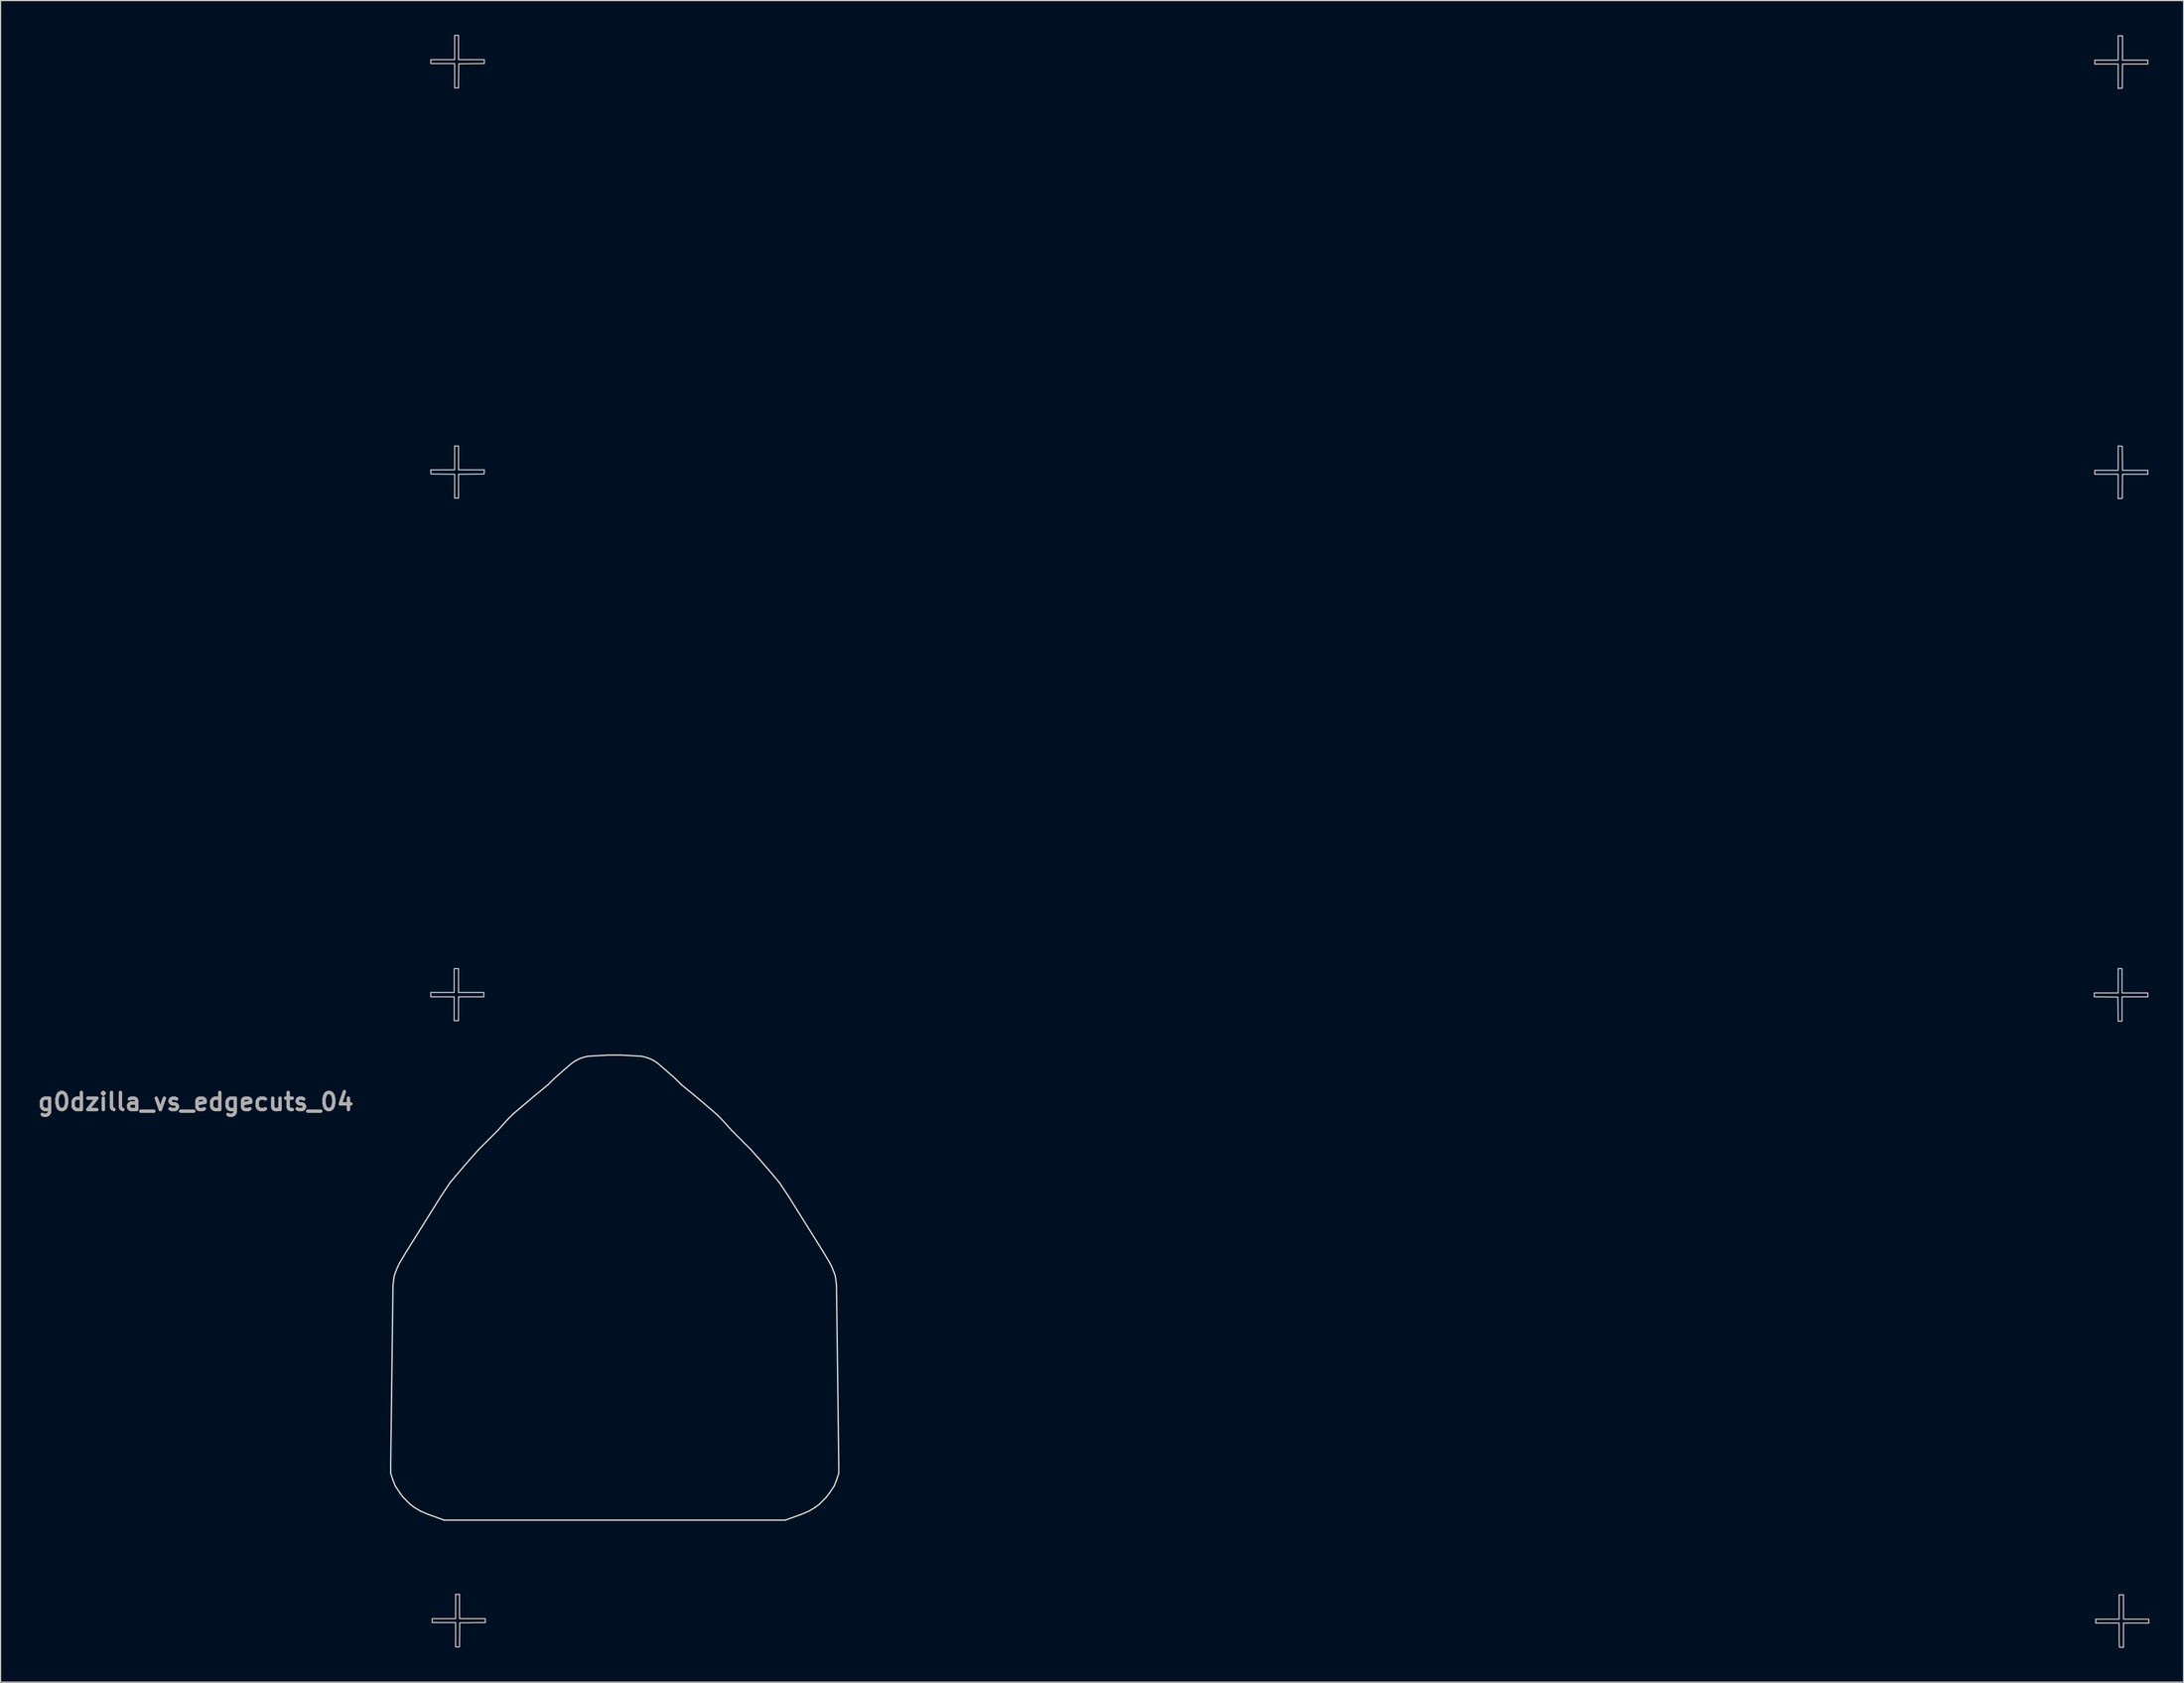
<source format=kicad_pcb>
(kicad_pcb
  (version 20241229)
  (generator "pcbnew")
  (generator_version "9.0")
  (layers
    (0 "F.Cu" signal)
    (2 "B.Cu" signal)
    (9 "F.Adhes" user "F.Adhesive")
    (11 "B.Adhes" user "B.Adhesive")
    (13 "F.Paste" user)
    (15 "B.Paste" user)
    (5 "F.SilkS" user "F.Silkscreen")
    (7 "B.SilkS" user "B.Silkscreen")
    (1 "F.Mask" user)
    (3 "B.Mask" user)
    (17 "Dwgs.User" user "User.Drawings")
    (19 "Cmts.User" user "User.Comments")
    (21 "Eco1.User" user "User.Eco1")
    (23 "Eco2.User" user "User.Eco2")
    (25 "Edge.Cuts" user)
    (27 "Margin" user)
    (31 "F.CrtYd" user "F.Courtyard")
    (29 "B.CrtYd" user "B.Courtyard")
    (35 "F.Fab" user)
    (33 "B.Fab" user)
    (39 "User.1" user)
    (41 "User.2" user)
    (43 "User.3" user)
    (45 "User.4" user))
  (footprint "g0dzilla_vs_edgecuts_04"
    (layer "F.Cu")
    (at 107.521 74.116)
    (property "Reference" "g0dzilla_vs_edgecuts_04" (at -93.4 19.5 0) (layer "F.Fab") (effects (font (size 1.5 1.5) (thickness 0.3))))
    (attr board_only exclude_from_pos_files exclude_from_bom)
    (fp_poly (pts (xy -70.352 -72.998) (xy -70.352 -71.931) (xy -69.22 -71.931) (xy -68.089 -71.931) (xy -68.089 -71.761) (xy -68.089 -71.591) (xy -69.21 -71.58) (xy -70.33 -71.568) (xy -70.342 -70.512) (xy -70.353 -69.455) (xy -70.523 -69.455) (xy -70.693 -69.455) (xy -70.693 -70.522) (xy -70.693 -71.59) (xy -71.739 -71.59) (xy -72.785 -71.59) (xy -72.785 -71.76) (xy -72.785 -71.931) (xy -71.739 -71.931) (xy -70.693 -71.931) (xy -70.693 -72.998) (xy -70.693 -74.066) (xy -70.522 -74.066) (xy -70.352 -74.066)) (stroke (width 0.1) (type solid)) (fill no) (layer "Dwgs.User"))
    (fp_poly (pts (xy -70.352 -36.99) (xy -70.352 -35.944) (xy -69.218 -35.944) (xy -68.084 -35.944) (xy -68.097 -35.763) (xy -68.11 -35.581) (xy -69.231 -35.57) (xy -70.352 -35.559) (xy -70.352 -34.513) (xy -70.352 -33.468) (xy -70.522 -33.468) (xy -70.693 -33.468) (xy -70.693 -34.513) (xy -70.693 -35.558) (xy -71.728 -35.57) (xy -72.764 -35.581) (xy -72.777 -35.763) (xy -72.79 -35.944) (xy -71.741 -35.944) (xy -70.693 -35.944) (xy -70.693 -36.99) (xy -70.693 -38.036) (xy -70.522 -38.036) (xy -70.352 -38.036)) (stroke (width 0.1) (type solid)) (fill no) (layer "Dwgs.User"))
    (fp_poly (pts (xy -70.352 8.858) (xy -70.352 9.904) (xy -69.242 9.904) (xy -68.132 9.904) (xy -68.132 10.096) (xy -68.132 10.288) (xy -69.242 10.288) (xy -70.352 10.288) (xy -70.352 11.334) (xy -70.352 12.38) (xy -70.544 12.38) (xy -70.736 12.38) (xy -70.736 11.334) (xy -70.736 10.288) (xy -71.76 10.288) (xy -72.785 10.288) (xy -72.785 10.096) (xy -72.785 9.904) (xy -71.76 9.904) (xy -70.736 9.904) (xy -70.736 8.858) (xy -70.736 7.812) (xy -70.544 7.812) (xy -70.352 7.812)) (stroke (width 0.1) (type solid)) (fill no) (layer "Dwgs.User"))
    (fp_poly (pts (xy -70.266 63.777) (xy -70.266 64.845) (xy -69.135 64.845) (xy -68.004 64.845) (xy -68.004 65.015) (xy -68.004 65.185) (xy -69.124 65.196) (xy -70.245 65.208) (xy -70.256 66.264) (xy -70.268 67.321) (xy -70.438 67.321) (xy -70.608 67.321) (xy -70.608 66.253) (xy -70.608 65.186) (xy -71.632 65.186) (xy -72.657 65.186) (xy -72.657 65.015) (xy -72.657 64.845) (xy -71.632 64.845) (xy -70.608 64.845) (xy -70.608 63.777) (xy -70.608 62.71) (xy -70.437 62.71) (xy -70.266 62.71)) (stroke (width 0.1) (type solid)) (fill no) (layer "Dwgs.User"))
    (fp_poly (pts (xy 75.4 -38.028) (xy 75.581 -38.015) (xy 75.592 -36.958) (xy 75.604 -35.902) (xy 76.713 -35.902) (xy 77.822 -35.902) (xy 77.822 -35.731) (xy 77.822 -35.56) (xy 76.713 -35.56) (xy 75.604 -35.56) (xy 75.592 -34.503) (xy 75.581 -33.447) (xy 75.4 -33.434) (xy 75.218 -33.421) (xy 75.218 -34.49) (xy 75.218 -35.56) (xy 74.194 -35.56) (xy 73.169 -35.56) (xy 73.169 -35.731) (xy 73.169 -35.902) (xy 74.194 -35.902) (xy 75.218 -35.902) (xy 75.218 -36.971) (xy 75.218 -38.041)) (stroke (width 0.1) (type solid)) (fill no) (layer "Dwgs.User"))
    (fp_poly (pts (xy 75.56 8.879) (xy 75.56 9.947) (xy 76.691 9.947) (xy 77.822 9.947) (xy 77.822 10.117) (xy 77.822 10.288) (xy 76.691 10.288) (xy 75.56 10.288) (xy 75.56 11.355) (xy 75.56 12.423) (xy 75.39 12.423) (xy 75.22 12.423) (xy 75.208 11.366) (xy 75.197 10.309) (xy 74.162 10.298) (xy 73.126 10.287) (xy 73.126 10.117) (xy 73.126 9.947) (xy 74.172 9.947) (xy 75.218 9.947) (xy 75.218 8.879) (xy 75.218 7.812) (xy 75.389 7.812) (xy 75.56 7.812)) (stroke (width 0.1) (type solid)) (fill no) (layer "Dwgs.User"))
    (fp_poly (pts (xy 75.602 -72.956) (xy 75.602 -71.888) (xy 76.712 -71.888) (xy 77.822 -71.888) (xy 77.822 -71.718) (xy 77.822 -71.547) (xy 76.713 -71.547) (xy 75.604 -71.547) (xy 75.592 -70.49) (xy 75.581 -69.434) (xy 75.4 -69.421) (xy 75.218 -69.408) (xy 75.218 -70.477) (xy 75.218 -71.547) (xy 74.194 -71.547) (xy 73.169 -71.547) (xy 73.169 -71.718) (xy 73.169 -71.888) (xy 74.194 -71.888) (xy 75.218 -71.888) (xy 75.218 -72.956) (xy 75.218 -74.023) (xy 75.41 -74.023) (xy 75.602 -74.023)) (stroke (width 0.1) (type solid)) (fill no) (layer "Dwgs.User"))
    (fp_poly (pts (xy 75.688 63.82) (xy 75.688 64.887) (xy 76.798 64.887) (xy 77.908 64.887) (xy 77.908 65.058) (xy 77.908 65.229) (xy 76.798 65.229) (xy 75.688 65.229) (xy 75.688 66.296) (xy 75.688 67.363) (xy 75.524 67.363) (xy 75.411 67.357) (xy 75.339 67.34) (xy 75.332 67.335) (xy 75.324 67.286) (xy 75.317 67.164) (xy 75.311 66.98) (xy 75.307 66.747) (xy 75.304 66.477) (xy 75.304 66.268) (xy 75.304 65.229) (xy 74.279 65.229) (xy 73.254 65.229) (xy 73.254 65.058) (xy 73.254 64.887) (xy 74.279 64.887) (xy 75.304 64.887) (xy 75.304 63.82) (xy 75.304 62.753) (xy 75.496 62.753) (xy 75.688 62.753)) (stroke (width 0.1) (type solid)) (fill no) (layer "Dwgs.User"))
    (fp_line (start -76.3 51.3) (end -76.1 35.6) (stroke (width 0.12) (type default)) (layer "Edge.Cuts"))
    (fp_line (start -76.3 52.1) (end -76.3 51.3) (stroke (width 0.12) (type default)) (layer "Edge.Cuts"))
    (fp_line (start -76.1 35.6) (end -76 34.8) (stroke (width 0.12) (type default)) (layer "Edge.Cuts"))
    (fp_line (start -76.1 52.7) (end -76.3 52.1) (stroke (width 0.12) (type default)) (layer "Edge.Cuts"))
    (fp_line (start -76 34.8) (end -75.9 34.5) (stroke (width 0.12) (type default)) (layer "Edge.Cuts"))
    (fp_line (start -75.9 34.5) (end -75.7 34) (stroke (width 0.12) (type default)) (layer "Edge.Cuts"))
    (fp_line (start -75.9 53.2) (end -76.1 52.7) (stroke (width 0.12) (type default)) (layer "Edge.Cuts"))
    (fp_line (start -75.7 34) (end -75.5 33.6) (stroke (width 0.12) (type default)) (layer "Edge.Cuts"))
    (fp_line (start -75.5 33.6) (end -74.9 32.6) (stroke (width 0.12) (type default)) (layer "Edge.Cuts"))
    (fp_line (start -75.5 53.8) (end -75.9 53.2) (stroke (width 0.12) (type default)) (layer "Edge.Cuts"))
    (fp_line (start -75.2 54.2) (end -75.5 53.8) (stroke (width 0.12) (type default)) (layer "Edge.Cuts"))
    (fp_line (start -74.9 32.6) (end -74.4 31.8) (stroke (width 0.12) (type default)) (layer "Edge.Cuts"))
    (fp_line (start -74.9 54.5) (end -75.2 54.2) (stroke (width 0.12) (type default)) (layer "Edge.Cuts"))
    (fp_line (start -74.6 54.8) (end -74.9 54.5) (stroke (width 0.12) (type default)) (layer "Edge.Cuts"))
    (fp_line (start -74.4 31.8) (end -72.9 29.4) (stroke (width 0.12) (type default)) (layer "Edge.Cuts"))
    (fp_line (start -74.2 55.1) (end -74.6 54.8) (stroke (width 0.12) (type default)) (layer "Edge.Cuts"))
    (fp_line (start -73.7 55.4) (end -74.2 55.1) (stroke (width 0.12) (type default)) (layer "Edge.Cuts"))
    (fp_line (start -73 55.7) (end -73.7 55.4) (stroke (width 0.12) (type default)) (layer "Edge.Cuts"))
    (fp_line (start -72.9 29.4) (end -71.9 27.8) (stroke (width 0.12) (type default)) (layer "Edge.Cuts"))
    (fp_line (start -71.9 27.8) (end -71.5 27.2) (stroke (width 0.12) (type default)) (layer "Edge.Cuts"))
    (fp_line (start -71.6 56.2) (end -73 55.7) (stroke (width 0.12) (type default)) (layer "Edge.Cuts"))
    (fp_line (start -71.6 56.2) (end -41.7 56.2) (stroke (width 0.12) (type default)) (layer "Edge.Cuts"))
    (fp_line (start -71.5 27.2) (end -71.1 26.6) (stroke (width 0.12) (type default)) (layer "Edge.Cuts"))
    (fp_line (start -71.1 26.6) (end -70.6 26) (stroke (width 0.12) (type default)) (layer "Edge.Cuts"))
    (fp_line (start -70.6 26) (end -70 25.3) (stroke (width 0.12) (type default)) (layer "Edge.Cuts"))
    (fp_line (start -70 25.3) (end -69.4 24.6) (stroke (width 0.12) (type default)) (layer "Edge.Cuts"))
    (fp_line (start -69.4 24.6) (end -68.6 23.7) (stroke (width 0.12) (type default)) (layer "Edge.Cuts"))
    (fp_line (start -68.6 23.7) (end -66.9 22) (stroke (width 0.12) (type default)) (layer "Edge.Cuts"))
    (fp_line (start -66.9 22) (end -66 21) (stroke (width 0.12) (type default)) (layer "Edge.Cuts"))
    (fp_line (start -66 21) (end -65.6 20.6) (stroke (width 0.12) (type default)) (layer "Edge.Cuts"))
    (fp_line (start -65.6 20.6) (end -64.9 20) (stroke (width 0.12) (type default)) (layer "Edge.Cuts"))
    (fp_line (start -64.9 20) (end -63.6 18.9) (stroke (width 0.12) (type default)) (layer "Edge.Cuts"))
    (fp_line (start -63.6 18.9) (end -62.5 18) (stroke (width 0.12) (type default)) (layer "Edge.Cuts"))
    (fp_line (start -62.5 18) (end -62 17.5) (stroke (width 0.12) (type default)) (layer "Edge.Cuts"))
    (fp_line (start -62 17.5) (end -61.1 16.7) (stroke (width 0.12) (type default)) (layer "Edge.Cuts"))
    (fp_line (start -61.1 16.7) (end -60.4 16.1) (stroke (width 0.12) (type default)) (layer "Edge.Cuts"))
    (fp_line (start -60.4 16.1) (end -60.1 15.9) (stroke (width 0.12) (type default)) (layer "Edge.Cuts"))
    (fp_line (start -60.1 15.9) (end -59.7 15.7) (stroke (width 0.12) (type default)) (layer "Edge.Cuts"))
    (fp_line (start -59.7 15.7) (end -59.4 15.6) (stroke (width 0.12) (type default)) (layer "Edge.Cuts"))
    (fp_line (start -59.4 15.6) (end -59 15.5) (stroke (width 0.12) (type default)) (layer "Edge.Cuts"))
    (fp_line (start -59 15.5) (end -57.2 15.4) (stroke (width 0.12) (type default)) (layer "Edge.Cuts"))
    (fp_line (start -57.2 15.4) (end -56.1 15.4) (stroke (width 0.12) (type default)) (layer "Edge.Cuts"))
    (fp_line (start -54.3 15.5) (end -56.1 15.4) (stroke (width 0.12) (type default)) (layer "Edge.Cuts"))
    (fp_line (start -53.9 15.6) (end -54.3 15.5) (stroke (width 0.12) (type default)) (layer "Edge.Cuts"))
    (fp_line (start -53.6 15.7) (end -53.9 15.6) (stroke (width 0.12) (type default)) (layer "Edge.Cuts"))
    (fp_line (start -53.2 15.9) (end -53.6 15.7) (stroke (width 0.12) (type default)) (layer "Edge.Cuts"))
    (fp_line (start -52.9 16.1) (end -53.2 15.9) (stroke (width 0.12) (type default)) (layer "Edge.Cuts"))
    (fp_line (start -52.2 16.7) (end -52.9 16.1) (stroke (width 0.12) (type default)) (layer "Edge.Cuts"))
    (fp_line (start -51.3 17.5) (end -52.2 16.7) (stroke (width 0.12) (type default)) (layer "Edge.Cuts"))
    (fp_line (start -50.8 18) (end -51.3 17.5) (stroke (width 0.12) (type default)) (layer "Edge.Cuts"))
    (fp_line (start -49.7 18.9) (end -50.8 18) (stroke (width 0.12) (type default)) (layer "Edge.Cuts"))
    (fp_line (start -48.4 20) (end -49.7 18.9) (stroke (width 0.12) (type default)) (layer "Edge.Cuts"))
    (fp_line (start -47.7 20.6) (end -48.4 20) (stroke (width 0.12) (type default)) (layer "Edge.Cuts"))
    (fp_line (start -47.3 21) (end -47.7 20.6) (stroke (width 0.12) (type default)) (layer "Edge.Cuts"))
    (fp_line (start -46.4 22) (end -47.3 21) (stroke (width 0.12) (type default)) (layer "Edge.Cuts"))
    (fp_line (start -44.7 23.7) (end -46.4 22) (stroke (width 0.12) (type default)) (layer "Edge.Cuts"))
    (fp_line (start -43.9 24.6) (end -44.7 23.7) (stroke (width 0.12) (type default)) (layer "Edge.Cuts"))
    (fp_line (start -43.3 25.3) (end -43.9 24.6) (stroke (width 0.12) (type default)) (layer "Edge.Cuts"))
    (fp_line (start -42.7 26) (end -43.3 25.3) (stroke (width 0.12) (type default)) (layer "Edge.Cuts"))
    (fp_line (start -42.2 26.6) (end -42.7 26) (stroke (width 0.12) (type default)) (layer "Edge.Cuts"))
    (fp_line (start -41.8 27.2) (end -42.2 26.6) (stroke (width 0.12) (type default)) (layer "Edge.Cuts"))
    (fp_line (start -41.7 56.2) (end -40.3 55.7) (stroke (width 0.12) (type default)) (layer "Edge.Cuts"))
    (fp_line (start -41.4 27.8) (end -41.8 27.2) (stroke (width 0.12) (type default)) (layer "Edge.Cuts"))
    (fp_line (start -40.4 29.4) (end -41.4 27.8) (stroke (width 0.12) (type default)) (layer "Edge.Cuts"))
    (fp_line (start -40.3 55.7) (end -39.6 55.4) (stroke (width 0.12) (type default)) (layer "Edge.Cuts"))
    (fp_line (start -39.6 55.4) (end -39.1 55.1) (stroke (width 0.12) (type default)) (layer "Edge.Cuts"))
    (fp_line (start -39.1 55.1) (end -38.7 54.8) (stroke (width 0.12) (type default)) (layer "Edge.Cuts"))
    (fp_line (start -38.9 31.8) (end -40.4 29.4) (stroke (width 0.12) (type default)) (layer "Edge.Cuts"))
    (fp_line (start -38.7 54.8) (end -38.4 54.5) (stroke (width 0.12) (type default)) (layer "Edge.Cuts"))
    (fp_line (start -38.4 32.6) (end -38.9 31.8) (stroke (width 0.12) (type default)) (layer "Edge.Cuts"))
    (fp_line (start -38.4 54.5) (end -38.1 54.2) (stroke (width 0.12) (type default)) (layer "Edge.Cuts"))
    (fp_line (start -38.1 54.2) (end -37.8 53.8) (stroke (width 0.12) (type default)) (layer "Edge.Cuts"))
    (fp_line (start -37.8 33.6) (end -38.4 32.6) (stroke (width 0.12) (type default)) (layer "Edge.Cuts"))
    (fp_line (start -37.8 53.8) (end -37.4 53.2) (stroke (width 0.12) (type default)) (layer "Edge.Cuts"))
    (fp_line (start -37.6 34) (end -37.8 33.6) (stroke (width 0.12) (type default)) (layer "Edge.Cuts"))
    (fp_line (start -37.4 34.5) (end -37.6 34) (stroke (width 0.12) (type default)) (layer "Edge.Cuts"))
    (fp_line (start -37.4 53.2) (end -37.2 52.7) (stroke (width 0.12) (type default)) (layer "Edge.Cuts"))
    (fp_line (start -37.3 34.8) (end -37.4 34.5) (stroke (width 0.12) (type default)) (layer "Edge.Cuts"))
    (fp_line (start -37.2 35.6) (end -37.3 34.8) (stroke (width 0.12) (type default)) (layer "Edge.Cuts"))
    (fp_line (start -37.2 52.7) (end -37 52.1) (stroke (width 0.12) (type default)) (layer "Edge.Cuts"))
    (fp_line (start -37 51.3) (end -37.2 35.6) (stroke (width 0.12) (type default)) (layer "Edge.Cuts"))
    (fp_line (start -37 52.1) (end -37 51.3) (stroke (width 0.12) (type default)) (layer "Edge.Cuts"))
    (fp_line (start -71.6 55) (end -71.6 56.2) (stroke (width 0.12) (type default)) (layer "User.9"))
    (fp_line (start -71.6 55) (end -41.7 55) (stroke (width 0.12) (type default)) (layer "User.9"))
    (fp_line (start -63.1 43.1) (end -50.2 43.1) (stroke (width 0.12) (type default)) (layer "User.9"))
    (fp_line (start -63.1 48.9) (end -63.1 43.1) (stroke (width 0.12) (type default)) (layer "User.9"))
    (fp_line (start -63.1 48.9) (end -50.2 48.9) (stroke (width 0.12) (type default)) (layer "User.9"))
    (fp_line (start -63.1 54.7) (end -63.1 55) (stroke (width 0.12) (type default)) (layer "User.9"))
    (fp_line (start -58.7 42.2) (end -58.7 43.1) (stroke (width 0.12) (type default)) (layer "User.9"))
    (fp_line (start -58.7 42.2) (end -54.6 42.2) (stroke (width 0.12) (type default)) (layer "User.9"))
    (fp_line (start -54.6 42.2) (end -54.6 43.1) (stroke (width 0.12) (type default)) (layer "User.9"))
    (fp_line (start -50.2 43.1) (end -50.2 48.9) (stroke (width 0.12) (type default)) (layer "User.9"))
    (fp_line (start -50.2 54.7) (end -50.2 55) (stroke (width 0.12) (type default)) (layer "User.9"))
    (fp_line (start -41.7 55) (end -41.7 56.2) (stroke (width 0.12) (type default)) (layer "User.9"))
    (fp_rect (start -58.33 43.87) (end -60.03 45.57) (stroke (width 0.1) (type default)) (fill no) (layer "User.9"))
    (fp_circle (center -59.19 47.27) (end -60.054 47.27) (stroke (width 0.1) (type default)) (fill no) (layer "User.9"))
    (fp_circle (center -56.65 44.73) (end -57.514 44.73) (stroke (width 0.1) (type default)) (fill no) (layer "User.9"))
    (fp_circle (center -56.65 47.27) (end -57.514 47.27) (stroke (width 0.1) (type default)) (fill no) (layer "User.9"))
    (fp_circle (center -54.11 44.73) (end -54.974 44.73) (stroke (width 0.1) (type default)) (fill no) (layer "User.9"))
    (fp_circle (center -54.11 47.27) (end -54.974 47.27) (stroke (width 0.1) (type default)) (fill no) (layer "User.9")))
  (gr_rect
    (start -3 -3)
    (end 188.479 144.529)
    (stroke (width 0.1) (type default))
    (fill no)
    (layer "Edge.Cuts")))
</source>
